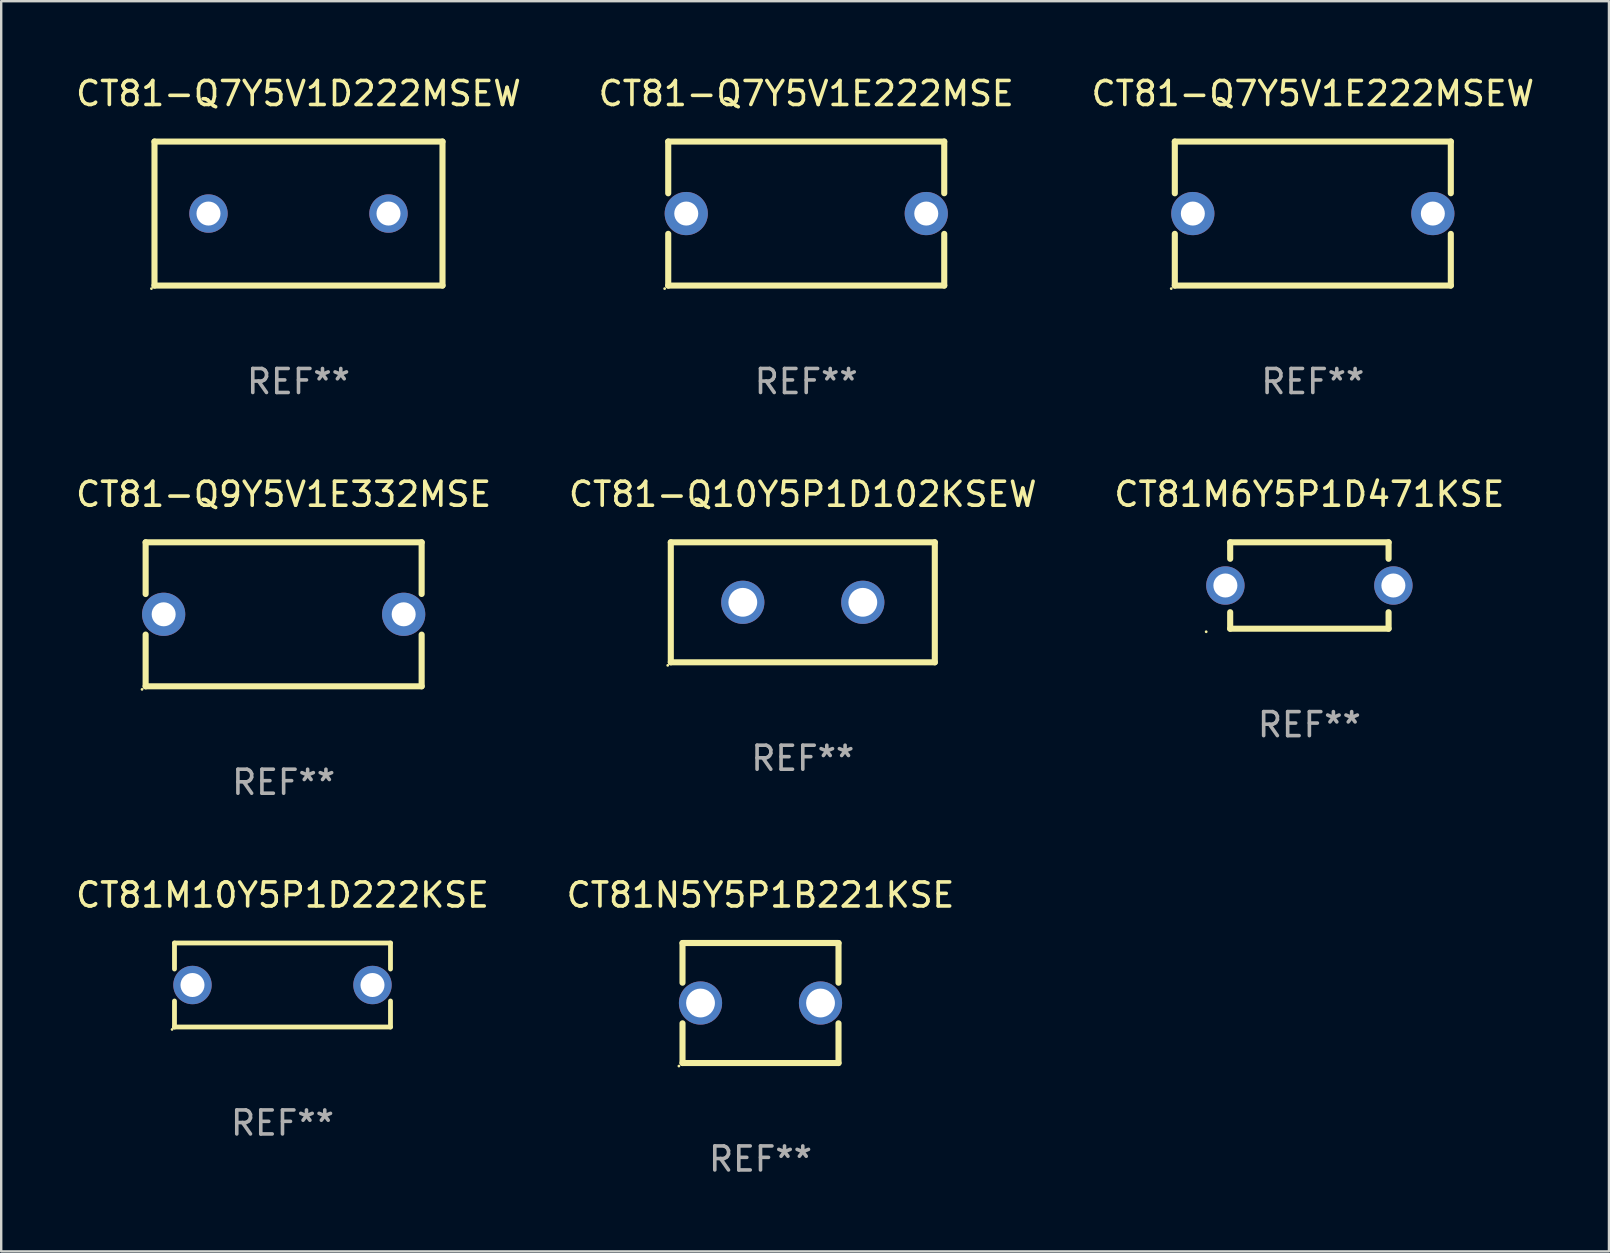
<source format=kicad_pcb>
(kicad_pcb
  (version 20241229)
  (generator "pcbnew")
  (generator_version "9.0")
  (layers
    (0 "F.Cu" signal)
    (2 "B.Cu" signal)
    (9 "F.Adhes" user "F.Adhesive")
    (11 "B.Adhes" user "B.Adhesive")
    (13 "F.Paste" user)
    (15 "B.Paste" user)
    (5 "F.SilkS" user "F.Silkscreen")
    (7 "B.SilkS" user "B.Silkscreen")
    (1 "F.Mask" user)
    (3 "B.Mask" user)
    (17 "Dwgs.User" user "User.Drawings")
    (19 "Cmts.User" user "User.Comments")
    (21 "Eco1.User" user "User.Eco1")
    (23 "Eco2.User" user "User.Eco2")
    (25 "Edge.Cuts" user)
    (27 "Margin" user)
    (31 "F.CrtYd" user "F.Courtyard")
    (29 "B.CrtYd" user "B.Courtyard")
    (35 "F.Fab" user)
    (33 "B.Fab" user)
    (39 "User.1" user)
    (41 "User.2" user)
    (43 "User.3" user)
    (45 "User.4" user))
  (footprint "CT81M10Y5P1D222KSE"
    (layer "F.Cu")
    (at 8.72 37.991)
    (property "Reference" "CT81M10Y5P1D222KSE" (at 0 -3.75 0) (layer "F.SilkS") (effects (font (size 1 1) (thickness 0.15))))
    (attr through_hole)
    (fp_line (start -4.5 -0.666) (end -4.5 -1.75) (stroke (width 0.2) (type solid)) (layer "F.SilkS"))
    (fp_line (start -4.5 1.75) (end -4.5 0.666) (stroke (width 0.2) (type solid)) (layer "F.SilkS"))
    (fp_line (start 4.5 -1.75) (end -4.5 -1.75) (stroke (width 0.2) (type solid)) (layer "F.SilkS"))
    (fp_line (start 4.5 -1.75) (end 4.5 -0.666) (stroke (width 0.2) (type solid)) (layer "F.SilkS"))
    (fp_line (start 4.5 0.666) (end 4.5 1.75) (stroke (width 0.2) (type solid)) (layer "F.SilkS"))
    (fp_line (start 4.5 1.75) (end -4.5 1.75) (stroke (width 0.2) (type solid)) (layer "F.SilkS"))
    (fp_circle (center -4.6 1.85) (end -4.57 1.85) (stroke (width 0.06) (type solid)) (fill no) (layer "F.SilkS"))
    (fp_text user "REF**" (at 0 5.75 0) (layer "F.Fab") (effects (font (size 1 1) (thickness 0.15))))
    (pad "1" thru_hole circle (at -3.75 0) (size 1.6 1.6) (drill 1) (layers "*.Cu" "*.Mask"))
    (pad "2" thru_hole circle (at 3.75 0) (size 1.6 1.6) (drill 1) (layers "*.Cu" "*.Mask")))
  (footprint "CT81-Q7Y5V1E222MSEW"
    (layer "F.Cu")
    (at 51.649 5.848)
    (property "Reference" "CT81-Q7Y5V1E222MSEW" (at 0 -5 0) (layer "F.SilkS") (effects (font (size 1 1) (thickness 0.15))))
    (attr through_hole)
    (fp_line (start -5.75 -3) (end -5.75 -0.845) (stroke (width 0.254) (type solid)) (layer "F.SilkS"))
    (fp_line (start -5.75 -3) (end 5.75 -3) (stroke (width 0.254) (type solid)) (layer "F.SilkS"))
    (fp_line (start -5.75 0.845) (end -5.75 3) (stroke (width 0.254) (type solid)) (layer "F.SilkS"))
    (fp_line (start 5.75 -3) (end 5.75 -0.847) (stroke (width 0.254) (type solid)) (layer "F.SilkS"))
    (fp_line (start 5.75 0.847) (end 5.75 3) (stroke (width 0.254) (type solid)) (layer "F.SilkS"))
    (fp_line (start 5.75 3) (end -5.75 3) (stroke (width 0.254) (type solid)) (layer "F.SilkS"))
    (fp_circle (center -5.899 3.127) (end -5.869 3.127) (stroke (width 0.06) (type solid)) (fill no) (layer "F.SilkS"))
    (fp_text user "REF**" (at 0 7 0) (layer "F.Fab") (effects (font (size 1 1) (thickness 0.15))))
    (pad "1" thru_hole circle (at -4.999 0) (size 1.8 1.8) (drill 1) (layers "*.Cu" "*.Mask"))
    (pad "2" thru_hole circle (at 5.001 0) (size 1.8 1.8) (drill 1) (layers "*.Cu" "*.Mask")))
  (footprint "CT81-Q7Y5V1E222MSE"
    (layer "F.Cu")
    (at 30.542 5.848)
    (property "Reference" "CT81-Q7Y5V1E222MSE" (at 0 -5 0) (layer "F.SilkS") (effects (font (size 1 1) (thickness 0.15))))
    (attr through_hole)
    (fp_line (start -5.75 -3) (end -5.75 -0.845) (stroke (width 0.254) (type solid)) (layer "F.SilkS"))
    (fp_line (start -5.75 -3) (end 5.75 -3) (stroke (width 0.254) (type solid)) (layer "F.SilkS"))
    (fp_line (start -5.75 0.845) (end -5.75 3) (stroke (width 0.254) (type solid)) (layer "F.SilkS"))
    (fp_line (start 5.75 -3) (end 5.75 -0.847) (stroke (width 0.254) (type solid)) (layer "F.SilkS"))
    (fp_line (start 5.75 0.847) (end 5.75 3) (stroke (width 0.254) (type solid)) (layer "F.SilkS"))
    (fp_line (start 5.75 3) (end -5.75 3) (stroke (width 0.254) (type solid)) (layer "F.SilkS"))
    (fp_circle (center -5.899 3.127) (end -5.869 3.127) (stroke (width 0.06) (type solid)) (fill no) (layer "F.SilkS"))
    (fp_text user "REF**" (at 0 7 0) (layer "F.Fab") (effects (font (size 1 1) (thickness 0.15))))
    (pad "1" thru_hole circle (at -4.999 0) (size 1.8 1.8) (drill 1) (layers "*.Cu" "*.Mask"))
    (pad "2" thru_hole circle (at 5.001 0) (size 1.8 1.8) (drill 1) (layers "*.Cu" "*.Mask")))
  (footprint "CT81-Q10Y5P1D102KSEW"
    (layer "F.Cu")
    (at 30.399 22.045)
    (property "Reference" "CT81-Q10Y5P1D102KSEW" (at 0 -4.5 0) (layer "F.SilkS") (effects (font (size 1 1) (thickness 0.15))))
    (attr through_hole)
    (fp_line (start -5.5 -2.5) (end 5.5 -2.5) (stroke (width 0.254) (type solid)) (layer "F.SilkS"))
    (fp_line (start -5.5 2.5) (end -5.5 -2.5) (stroke (width 0.254) (type solid)) (layer "F.SilkS"))
    (fp_line (start 5.5 -2.5) (end 5.5 2.5) (stroke (width 0.254) (type solid)) (layer "F.SilkS"))
    (fp_line (start 5.5 2.5) (end -5.5 2.5) (stroke (width 0.254) (type solid)) (layer "F.SilkS"))
    (fp_circle (center -5.627 2.627) (end -5.597 2.627) (stroke (width 0.06) (type solid)) (fill no) (layer "F.SilkS"))
    (fp_text user "REF**" (at 0 6.5 0) (layer "F.Fab") (effects (font (size 1 1) (thickness 0.15))))
    (pad "1" thru_hole circle (at -2.5 0) (size 1.8 1.8) (drill 1.2) (layers "*.Cu" "*.Mask"))
    (pad "2" thru_hole circle (at 2.5 0) (size 1.8 1.8) (drill 1.2) (layers "*.Cu" "*.Mask")))
  (footprint "CT81N5Y5P1B221KSE"
    (layer "F.Cu")
    (at 28.637 38.741)
    (property "Reference" "CT81N5Y5P1B221KSE" (at 0 -4.5 0) (layer "F.SilkS") (effects (font (size 1 1) (thickness 0.15))))
    (attr through_hole)
    (fp_line (start -3.25 -2.5) (end -3.25 -0.846) (stroke (width 0.254) (type solid)) (layer "F.SilkS"))
    (fp_line (start -3.25 -2.5) (end 3.25 -2.5) (stroke (width 0.254) (type solid)) (layer "F.SilkS"))
    (fp_line (start -3.25 0.846) (end -3.25 2.5) (stroke (width 0.254) (type solid)) (layer "F.SilkS"))
    (fp_line (start 3.25 -2.5) (end 3.25 -0.846) (stroke (width 0.254) (type solid)) (layer "F.SilkS"))
    (fp_line (start 3.25 0.846) (end 3.25 2.5) (stroke (width 0.254) (type solid)) (layer "F.SilkS"))
    (fp_line (start 3.25 2.5) (end -3.25 2.5) (stroke (width 0.254) (type solid)) (layer "F.SilkS"))
    (fp_circle (center -3.4 2.627) (end -3.37 2.627) (stroke (width 0.06) (type solid)) (fill no) (layer "F.SilkS"))
    (fp_text user "REF**" (at 0 6.5 0) (layer "F.Fab") (effects (font (size 1 1) (thickness 0.15))))
    (pad "1" thru_hole circle (at -2.5 0) (size 1.8 1.8) (drill 1.2) (layers "*.Cu" "*.Mask"))
    (pad "2" thru_hole circle (at 2.5 0) (size 1.8 1.8) (drill 1.2) (layers "*.Cu" "*.Mask")))
  (footprint "CT81-Q7Y5V1D222MSEW"
    (layer "F.Cu")
    (at 9.387 5.848)
    (property "Reference" "CT81-Q7Y5V1D222MSEW" (at 0 -5 0) (layer "F.SilkS") (effects (font (size 1 1) (thickness 0.15))))
    (attr through_hole)
    (fp_line (start -6 -3) (end 6 -3) (stroke (width 0.254) (type solid)) (layer "F.SilkS"))
    (fp_line (start -6 3) (end -6 -3) (stroke (width 0.254) (type solid)) (layer "F.SilkS"))
    (fp_line (start 6 -3) (end 6 3) (stroke (width 0.254) (type solid)) (layer "F.SilkS"))
    (fp_line (start 6 3) (end -6 3) (stroke (width 0.254) (type solid)) (layer "F.SilkS"))
    (fp_circle (center -6.127 3.127) (end -6.097 3.127) (stroke (width 0.06) (type solid)) (fill no) (layer "F.SilkS"))
    (fp_text user "REF**" (at 0 7 0) (layer "F.Fab") (effects (font (size 1 1) (thickness 0.15))))
    (pad "1" thru_hole circle (at -3.75 0) (size 1.6 1.6) (drill 1) (layers "*.Cu" "*.Mask"))
    (pad "2" thru_hole circle (at 3.75 0) (size 1.6 1.6) (drill 1) (layers "*.Cu" "*.Mask")))
  (footprint "CT81M6Y5P1D471KSE"
    (layer "F.Cu")
    (at 51.506 21.345)
    (property "Reference" "CT81M6Y5P1D471KSE" (at 0 -3.8 0) (layer "F.SilkS") (effects (font (size 1 1) (thickness 0.15))))
    (attr through_hole)
    (fp_line (start -3.3 -1.8) (end -3.3 -1.113) (stroke (width 0.254) (type solid)) (layer "F.SilkS"))
    (fp_line (start -3.3 -1.8) (end 3.3 -1.8) (stroke (width 0.254) (type solid)) (layer "F.SilkS"))
    (fp_line (start -3.3 1.113) (end -3.3 1.8) (stroke (width 0.254) (type solid)) (layer "F.SilkS"))
    (fp_line (start 3.3 1.8) (end -3.3 1.8) (stroke (width 0.254) (type solid)) (layer "F.SilkS"))
    (fp_line (start 3.3 -1.8) (end 3.3 -1.113) (stroke (width 0.254) (type solid)) (layer "F.SilkS"))
    (fp_line (start 3.3 1.113) (end 3.3 1.8) (stroke (width 0.254) (type solid)) (layer "F.SilkS"))
    (fp_circle (center -4.3 1.927) (end -4.27 1.927) (stroke (width 0.06) (type solid)) (fill no) (layer "F.SilkS"))
    (fp_text user "REF**" (at 0 5.8 0) (layer "F.Fab") (effects (font (size 1 1) (thickness 0.15))))
    (pad "1" thru_hole circle (at -3.5 0) (size 1.6 1.6) (drill 1) (layers "*.Cu" "*.Mask"))
    (pad "2" thru_hole circle (at 3.5 0) (size 1.6 1.6) (drill 1) (layers "*.Cu" "*.Mask")))
  (footprint "CT81-Q9Y5V1E332MSE"
    (layer "F.Cu")
    (at 8.768 22.545)
    (property "Reference" "CT81-Q9Y5V1E332MSE" (at 0 -5 0) (layer "F.SilkS") (effects (font (size 1 1) (thickness 0.15))))
    (attr through_hole)
    (fp_line (start -5.75 -3) (end -5.75 -0.845) (stroke (width 0.254) (type solid)) (layer "F.SilkS"))
    (fp_line (start -5.75 -3) (end 5.75 -3) (stroke (width 0.254) (type solid)) (layer "F.SilkS"))
    (fp_line (start -5.75 0.845) (end -5.75 3) (stroke (width 0.254) (type solid)) (layer "F.SilkS"))
    (fp_line (start 5.75 -3) (end 5.75 -0.847) (stroke (width 0.254) (type solid)) (layer "F.SilkS"))
    (fp_line (start 5.75 0.847) (end 5.75 3) (stroke (width 0.254) (type solid)) (layer "F.SilkS"))
    (fp_line (start 5.75 3) (end -5.75 3) (stroke (width 0.254) (type solid)) (layer "F.SilkS"))
    (fp_circle (center -5.899 3.127) (end -5.869 3.127) (stroke (width 0.06) (type solid)) (fill no) (layer "F.SilkS"))
    (fp_text user "REF**" (at 0 7 0) (layer "F.Fab") (effects (font (size 1 1) (thickness 0.15))))
    (pad "1" thru_hole circle (at -4.999 0) (size 1.8 1.8) (drill 1) (layers "*.Cu" "*.Mask"))
    (pad "2" thru_hole circle (at 5.001 0) (size 1.8 1.8) (drill 1) (layers "*.Cu" "*.Mask")))
  (gr_rect
    (start -3 -3)
    (end 63.988 49.09)
    (stroke (width 0.1) (type default))
    (fill no)
    (layer "Edge.Cuts")))
</source>
